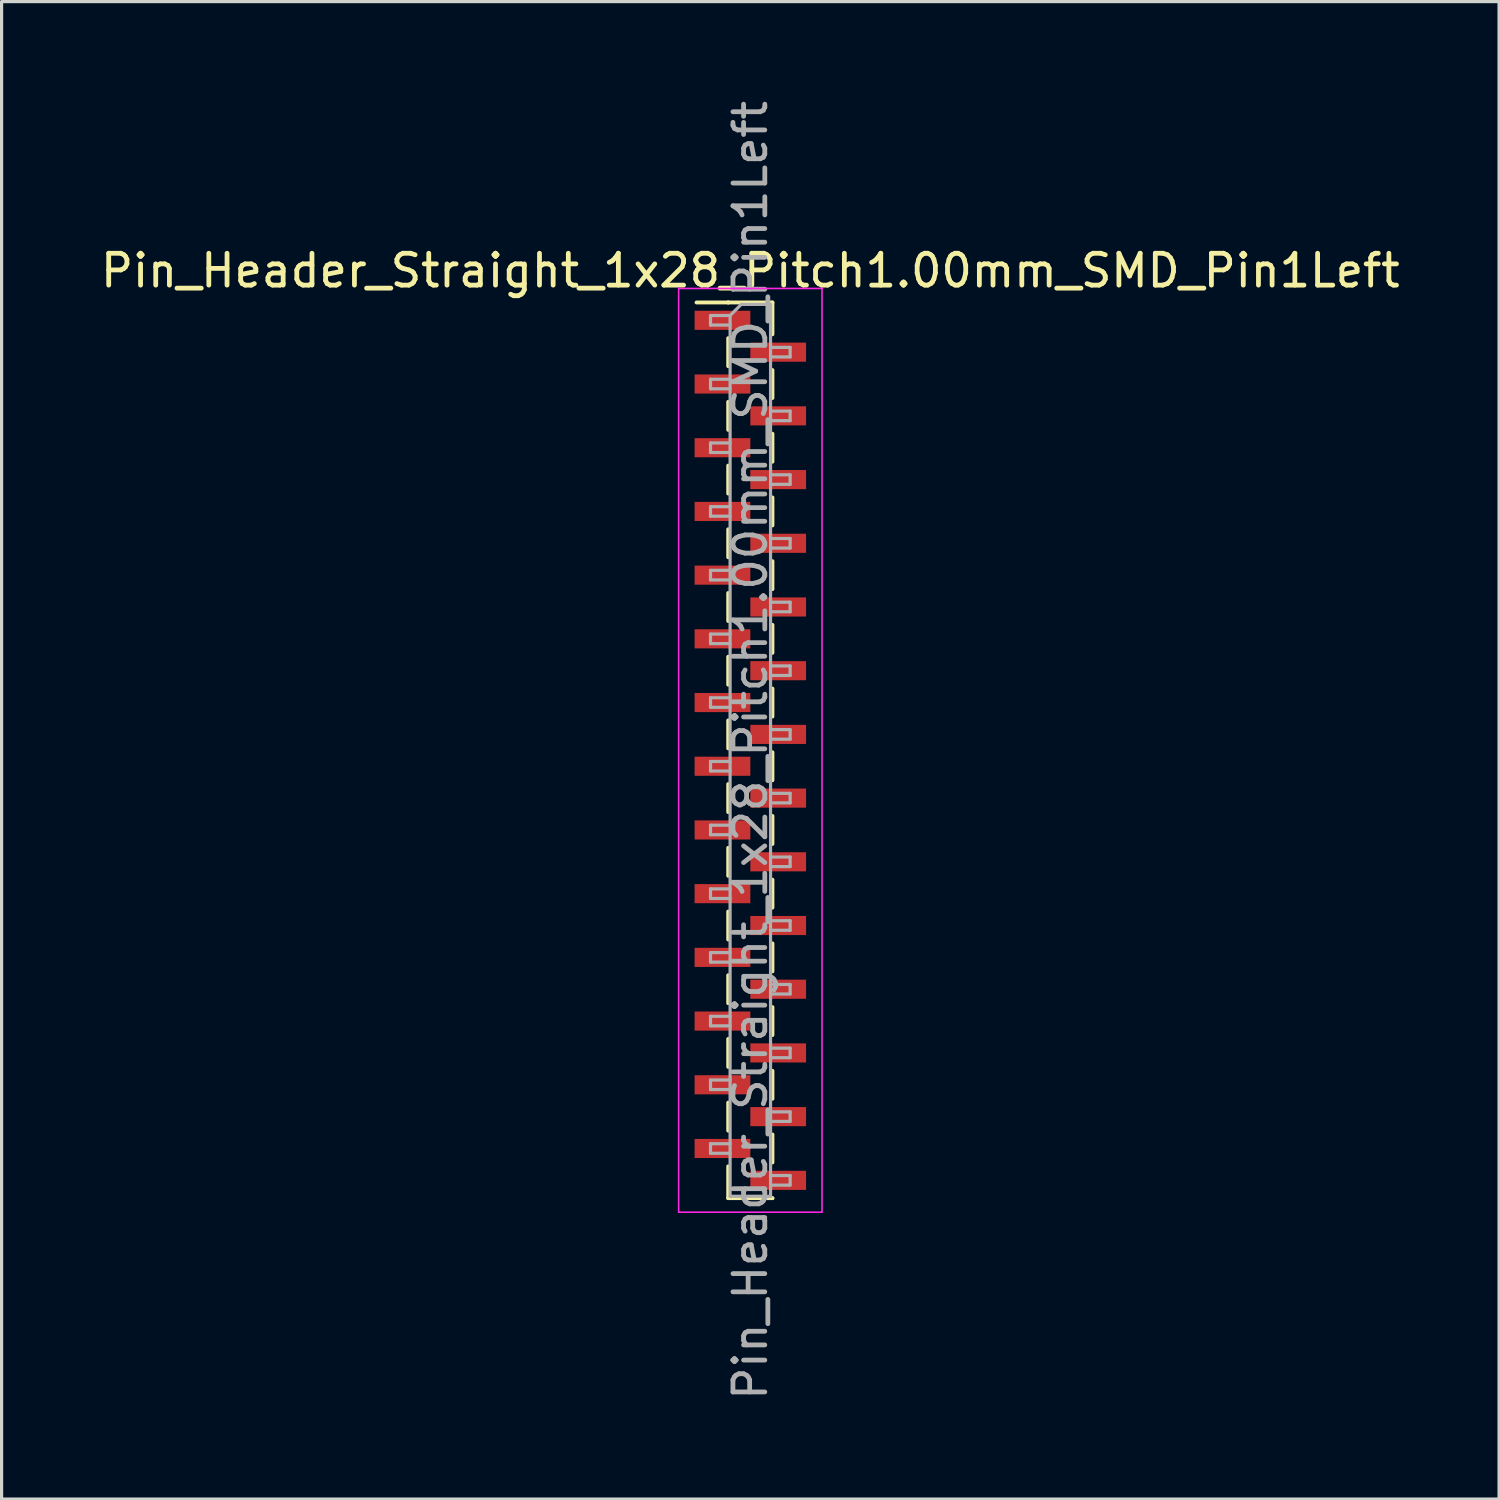
<source format=kicad_pcb>
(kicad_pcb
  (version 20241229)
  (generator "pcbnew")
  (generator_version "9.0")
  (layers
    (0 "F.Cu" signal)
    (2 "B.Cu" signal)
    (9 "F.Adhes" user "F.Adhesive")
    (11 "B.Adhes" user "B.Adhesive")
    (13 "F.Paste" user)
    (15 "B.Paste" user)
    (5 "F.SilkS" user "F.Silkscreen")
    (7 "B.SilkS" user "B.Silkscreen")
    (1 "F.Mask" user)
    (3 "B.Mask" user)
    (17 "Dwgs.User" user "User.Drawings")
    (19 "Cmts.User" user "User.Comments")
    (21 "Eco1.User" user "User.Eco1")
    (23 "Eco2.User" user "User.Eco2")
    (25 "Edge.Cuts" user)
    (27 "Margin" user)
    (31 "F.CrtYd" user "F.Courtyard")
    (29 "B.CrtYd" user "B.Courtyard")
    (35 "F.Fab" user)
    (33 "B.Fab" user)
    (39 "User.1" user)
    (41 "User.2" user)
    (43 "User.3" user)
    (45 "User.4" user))
  (footprint "Pin_Header_Straight_1x28_Pitch1.00mm_SMD_Pin1Left"
    (layer "F.Cu")
    (at 20.506 20.506)
    (property "Reference" "Pin_Header_Straight_1x28_Pitch1.00mm_SMD_Pin1Left" (at 0 -15.06 0) (layer "F.SilkS") (effects (font (size 1 1) (thickness 0.15))))
    (attr smd)
    (fp_line (start -0.695 -14.06) (end -1.69 -14.06) (stroke (width 0.12) (type solid)) (layer "F.SilkS"))
    (fp_line (start -0.695 -14.06) (end -0.695 -14.06) (stroke (width 0.12) (type solid)) (layer "F.SilkS"))
    (fp_line (start -0.695 -14.06) (end 0.695 -14.06) (stroke (width 0.12) (type solid)) (layer "F.SilkS"))
    (fp_line (start -0.695 -12.94) (end -0.695 -12.06) (stroke (width 0.12) (type solid)) (layer "F.SilkS"))
    (fp_line (start -0.695 -10.94) (end -0.695 -10.06) (stroke (width 0.12) (type solid)) (layer "F.SilkS"))
    (fp_line (start -0.695 -8.94) (end -0.695 -8.06) (stroke (width 0.12) (type solid)) (layer "F.SilkS"))
    (fp_line (start -0.695 -6.94) (end -0.695 -6.06) (stroke (width 0.12) (type solid)) (layer "F.SilkS"))
    (fp_line (start -0.695 -4.94) (end -0.695 -4.06) (stroke (width 0.12) (type solid)) (layer "F.SilkS"))
    (fp_line (start -0.695 -2.94) (end -0.695 -2.06) (stroke (width 0.12) (type solid)) (layer "F.SilkS"))
    (fp_line (start -0.695 -0.94) (end -0.695 -0.06) (stroke (width 0.12) (type solid)) (layer "F.SilkS"))
    (fp_line (start -0.695 1.06) (end -0.695 1.94) (stroke (width 0.12) (type solid)) (layer "F.SilkS"))
    (fp_line (start -0.695 3.06) (end -0.695 3.94) (stroke (width 0.12) (type solid)) (layer "F.SilkS"))
    (fp_line (start -0.695 5.06) (end -0.695 5.94) (stroke (width 0.12) (type solid)) (layer "F.SilkS"))
    (fp_line (start -0.695 7.06) (end -0.695 7.94) (stroke (width 0.12) (type solid)) (layer "F.SilkS"))
    (fp_line (start -0.695 9.06) (end -0.695 9.94) (stroke (width 0.12) (type solid)) (layer "F.SilkS"))
    (fp_line (start -0.695 11.06) (end -0.695 11.94) (stroke (width 0.12) (type solid)) (layer "F.SilkS"))
    (fp_line (start -0.695 13.06) (end -0.695 14.06) (stroke (width 0.12) (type solid)) (layer "F.SilkS"))
    (fp_line (start -0.695 14.06) (end 0.695 14.06) (stroke (width 0.12) (type solid)) (layer "F.SilkS"))
    (fp_line (start 0.695 -14.06) (end 0.695 -13.06) (stroke (width 0.12) (type solid)) (layer "F.SilkS"))
    (fp_line (start 0.695 -11.94) (end 0.695 -11.06) (stroke (width 0.12) (type solid)) (layer "F.SilkS"))
    (fp_line (start 0.695 -9.94) (end 0.695 -9.06) (stroke (width 0.12) (type solid)) (layer "F.SilkS"))
    (fp_line (start 0.695 -7.94) (end 0.695 -7.06) (stroke (width 0.12) (type solid)) (layer "F.SilkS"))
    (fp_line (start 0.695 -5.94) (end 0.695 -5.06) (stroke (width 0.12) (type solid)) (layer "F.SilkS"))
    (fp_line (start 0.695 -3.94) (end 0.695 -3.06) (stroke (width 0.12) (type solid)) (layer "F.SilkS"))
    (fp_line (start 0.695 -1.94) (end 0.695 -1.06) (stroke (width 0.12) (type solid)) (layer "F.SilkS"))
    (fp_line (start 0.695 0.06) (end 0.695 0.94) (stroke (width 0.12) (type solid)) (layer "F.SilkS"))
    (fp_line (start 0.695 2.06) (end 0.695 2.94) (stroke (width 0.12) (type solid)) (layer "F.SilkS"))
    (fp_line (start 0.695 4.06) (end 0.695 4.94) (stroke (width 0.12) (type solid)) (layer "F.SilkS"))
    (fp_line (start 0.695 6.06) (end 0.695 6.94) (stroke (width 0.12) (type solid)) (layer "F.SilkS"))
    (fp_line (start 0.695 8.06) (end 0.695 8.94) (stroke (width 0.12) (type solid)) (layer "F.SilkS"))
    (fp_line (start 0.695 10.06) (end 0.695 10.94) (stroke (width 0.12) (type solid)) (layer "F.SilkS"))
    (fp_line (start 0.695 12.06) (end 0.695 12.94) (stroke (width 0.12) (type solid)) (layer "F.SilkS"))
    (fp_line (start 0.695 14.06) (end 0.695 14.06) (stroke (width 0.12) (type solid)) (layer "F.SilkS"))
    (fp_line (start -2.25 -14.5) (end -2.25 14.5) (stroke (width 0.05) (type solid)) (layer "F.CrtYd"))
    (fp_line (start -2.25 14.5) (end 2.25 14.5) (stroke (width 0.05) (type solid)) (layer "F.CrtYd"))
    (fp_line (start 2.25 -14.5) (end -2.25 -14.5) (stroke (width 0.05) (type solid)) (layer "F.CrtYd"))
    (fp_line (start 2.25 14.5) (end 2.25 -14.5) (stroke (width 0.05) (type solid)) (layer "F.CrtYd"))
    (fp_line (start -1.25 -13.65) (end -1.25 -13.35) (stroke (width 0.1) (type solid)) (layer "F.Fab"))
    (fp_line (start -1.25 -13.35) (end -0.635 -13.35) (stroke (width 0.1) (type solid)) (layer "F.Fab"))
    (fp_line (start -1.25 -11.65) (end -1.25 -11.35) (stroke (width 0.1) (type solid)) (layer "F.Fab"))
    (fp_line (start -1.25 -11.35) (end -0.635 -11.35) (stroke (width 0.1) (type solid)) (layer "F.Fab"))
    (fp_line (start -1.25 -9.65) (end -1.25 -9.35) (stroke (width 0.1) (type solid)) (layer "F.Fab"))
    (fp_line (start -1.25 -9.35) (end -0.635 -9.35) (stroke (width 0.1) (type solid)) (layer "F.Fab"))
    (fp_line (start -1.25 -7.65) (end -1.25 -7.35) (stroke (width 0.1) (type solid)) (layer "F.Fab"))
    (fp_line (start -1.25 -7.35) (end -0.635 -7.35) (stroke (width 0.1) (type solid)) (layer "F.Fab"))
    (fp_line (start -1.25 -5.65) (end -1.25 -5.35) (stroke (width 0.1) (type solid)) (layer "F.Fab"))
    (fp_line (start -1.25 -5.35) (end -0.635 -5.35) (stroke (width 0.1) (type solid)) (layer "F.Fab"))
    (fp_line (start -1.25 -3.65) (end -1.25 -3.35) (stroke (width 0.1) (type solid)) (layer "F.Fab"))
    (fp_line (start -1.25 -3.35) (end -0.635 -3.35) (stroke (width 0.1) (type solid)) (layer "F.Fab"))
    (fp_line (start -1.25 -1.65) (end -1.25 -1.35) (stroke (width 0.1) (type solid)) (layer "F.Fab"))
    (fp_line (start -1.25 -1.35) (end -0.635 -1.35) (stroke (width 0.1) (type solid)) (layer "F.Fab"))
    (fp_line (start -1.25 0.35) (end -1.25 0.65) (stroke (width 0.1) (type solid)) (layer "F.Fab"))
    (fp_line (start -1.25 0.65) (end -0.635 0.65) (stroke (width 0.1) (type solid)) (layer "F.Fab"))
    (fp_line (start -1.25 2.35) (end -1.25 2.65) (stroke (width 0.1) (type solid)) (layer "F.Fab"))
    (fp_line (start -1.25 2.65) (end -0.635 2.65) (stroke (width 0.1) (type solid)) (layer "F.Fab"))
    (fp_line (start -1.25 4.35) (end -1.25 4.65) (stroke (width 0.1) (type solid)) (layer "F.Fab"))
    (fp_line (start -1.25 4.65) (end -0.635 4.65) (stroke (width 0.1) (type solid)) (layer "F.Fab"))
    (fp_line (start -1.25 6.35) (end -1.25 6.65) (stroke (width 0.1) (type solid)) (layer "F.Fab"))
    (fp_line (start -1.25 6.65) (end -0.635 6.65) (stroke (width 0.1) (type solid)) (layer "F.Fab"))
    (fp_line (start -1.25 8.35) (end -1.25 8.65) (stroke (width 0.1) (type solid)) (layer "F.Fab"))
    (fp_line (start -1.25 8.65) (end -0.635 8.65) (stroke (width 0.1) (type solid)) (layer "F.Fab"))
    (fp_line (start -1.25 10.35) (end -1.25 10.65) (stroke (width 0.1) (type solid)) (layer "F.Fab"))
    (fp_line (start -1.25 10.65) (end -0.635 10.65) (stroke (width 0.1) (type solid)) (layer "F.Fab"))
    (fp_line (start -1.25 12.35) (end -1.25 12.65) (stroke (width 0.1) (type solid)) (layer "F.Fab"))
    (fp_line (start -1.25 12.65) (end -0.635 12.65) (stroke (width 0.1) (type solid)) (layer "F.Fab"))
    (fp_line (start -0.635 -13.65) (end -1.25 -13.65) (stroke (width 0.1) (type solid)) (layer "F.Fab"))
    (fp_line (start -0.635 -13.65) (end -0.285 -14) (stroke (width 0.1) (type solid)) (layer "F.Fab"))
    (fp_line (start -0.635 -11.65) (end -1.25 -11.65) (stroke (width 0.1) (type solid)) (layer "F.Fab"))
    (fp_line (start -0.635 -9.65) (end -1.25 -9.65) (stroke (width 0.1) (type solid)) (layer "F.Fab"))
    (fp_line (start -0.635 -7.65) (end -1.25 -7.65) (stroke (width 0.1) (type solid)) (layer "F.Fab"))
    (fp_line (start -0.635 -5.65) (end -1.25 -5.65) (stroke (width 0.1) (type solid)) (layer "F.Fab"))
    (fp_line (start -0.635 -3.65) (end -1.25 -3.65) (stroke (width 0.1) (type solid)) (layer "F.Fab"))
    (fp_line (start -0.635 -1.65) (end -1.25 -1.65) (stroke (width 0.1) (type solid)) (layer "F.Fab"))
    (fp_line (start -0.635 0.35) (end -1.25 0.35) (stroke (width 0.1) (type solid)) (layer "F.Fab"))
    (fp_line (start -0.635 2.35) (end -1.25 2.35) (stroke (width 0.1) (type solid)) (layer "F.Fab"))
    (fp_line (start -0.635 4.35) (end -1.25 4.35) (stroke (width 0.1) (type solid)) (layer "F.Fab"))
    (fp_line (start -0.635 6.35) (end -1.25 6.35) (stroke (width 0.1) (type solid)) (layer "F.Fab"))
    (fp_line (start -0.635 8.35) (end -1.25 8.35) (stroke (width 0.1) (type solid)) (layer "F.Fab"))
    (fp_line (start -0.635 10.35) (end -1.25 10.35) (stroke (width 0.1) (type solid)) (layer "F.Fab"))
    (fp_line (start -0.635 12.35) (end -1.25 12.35) (stroke (width 0.1) (type solid)) (layer "F.Fab"))
    (fp_line (start -0.635 14) (end -0.635 -13.65) (stroke (width 0.1) (type solid)) (layer "F.Fab"))
    (fp_line (start -0.285 -14) (end 0.635 -14) (stroke (width 0.1) (type solid)) (layer "F.Fab"))
    (fp_line (start 0.635 -14) (end 0.635 14) (stroke (width 0.1) (type solid)) (layer "F.Fab"))
    (fp_line (start 0.635 -12.65) (end 1.25 -12.65) (stroke (width 0.1) (type solid)) (layer "F.Fab"))
    (fp_line (start 0.635 -10.65) (end 1.25 -10.65) (stroke (width 0.1) (type solid)) (layer "F.Fab"))
    (fp_line (start 0.635 -8.65) (end 1.25 -8.65) (stroke (width 0.1) (type solid)) (layer "F.Fab"))
    (fp_line (start 0.635 -6.65) (end 1.25 -6.65) (stroke (width 0.1) (type solid)) (layer "F.Fab"))
    (fp_line (start 0.635 -4.65) (end 1.25 -4.65) (stroke (width 0.1) (type solid)) (layer "F.Fab"))
    (fp_line (start 0.635 -2.65) (end 1.25 -2.65) (stroke (width 0.1) (type solid)) (layer "F.Fab"))
    (fp_line (start 0.635 -0.65) (end 1.25 -0.65) (stroke (width 0.1) (type solid)) (layer "F.Fab"))
    (fp_line (start 0.635 1.35) (end 1.25 1.35) (stroke (width 0.1) (type solid)) (layer "F.Fab"))
    (fp_line (start 0.635 3.35) (end 1.25 3.35) (stroke (width 0.1) (type solid)) (layer "F.Fab"))
    (fp_line (start 0.635 5.35) (end 1.25 5.35) (stroke (width 0.1) (type solid)) (layer "F.Fab"))
    (fp_line (start 0.635 7.35) (end 1.25 7.35) (stroke (width 0.1) (type solid)) (layer "F.Fab"))
    (fp_line (start 0.635 9.35) (end 1.25 9.35) (stroke (width 0.1) (type solid)) (layer "F.Fab"))
    (fp_line (start 0.635 11.35) (end 1.25 11.35) (stroke (width 0.1) (type solid)) (layer "F.Fab"))
    (fp_line (start 0.635 13.35) (end 1.25 13.35) (stroke (width 0.1) (type solid)) (layer "F.Fab"))
    (fp_line (start 0.635 14) (end -0.635 14) (stroke (width 0.1) (type solid)) (layer "F.Fab"))
    (fp_line (start 1.25 -12.65) (end 1.25 -12.35) (stroke (width 0.1) (type solid)) (layer "F.Fab"))
    (fp_line (start 1.25 -12.35) (end 0.635 -12.35) (stroke (width 0.1) (type solid)) (layer "F.Fab"))
    (fp_line (start 1.25 -10.65) (end 1.25 -10.35) (stroke (width 0.1) (type solid)) (layer "F.Fab"))
    (fp_line (start 1.25 -10.35) (end 0.635 -10.35) (stroke (width 0.1) (type solid)) (layer "F.Fab"))
    (fp_line (start 1.25 -8.65) (end 1.25 -8.35) (stroke (width 0.1) (type solid)) (layer "F.Fab"))
    (fp_line (start 1.25 -8.35) (end 0.635 -8.35) (stroke (width 0.1) (type solid)) (layer "F.Fab"))
    (fp_line (start 1.25 -6.65) (end 1.25 -6.35) (stroke (width 0.1) (type solid)) (layer "F.Fab"))
    (fp_line (start 1.25 -6.35) (end 0.635 -6.35) (stroke (width 0.1) (type solid)) (layer "F.Fab"))
    (fp_line (start 1.25 -4.65) (end 1.25 -4.35) (stroke (width 0.1) (type solid)) (layer "F.Fab"))
    (fp_line (start 1.25 -4.35) (end 0.635 -4.35) (stroke (width 0.1) (type solid)) (layer "F.Fab"))
    (fp_line (start 1.25 -2.65) (end 1.25 -2.35) (stroke (width 0.1) (type solid)) (layer "F.Fab"))
    (fp_line (start 1.25 -2.35) (end 0.635 -2.35) (stroke (width 0.1) (type solid)) (layer "F.Fab"))
    (fp_line (start 1.25 -0.65) (end 1.25 -0.35) (stroke (width 0.1) (type solid)) (layer "F.Fab"))
    (fp_line (start 1.25 -0.35) (end 0.635 -0.35) (stroke (width 0.1) (type solid)) (layer "F.Fab"))
    (fp_line (start 1.25 1.35) (end 1.25 1.65) (stroke (width 0.1) (type solid)) (layer "F.Fab"))
    (fp_line (start 1.25 1.65) (end 0.635 1.65) (stroke (width 0.1) (type solid)) (layer "F.Fab"))
    (fp_line (start 1.25 3.35) (end 1.25 3.65) (stroke (width 0.1) (type solid)) (layer "F.Fab"))
    (fp_line (start 1.25 3.65) (end 0.635 3.65) (stroke (width 0.1) (type solid)) (layer "F.Fab"))
    (fp_line (start 1.25 5.35) (end 1.25 5.65) (stroke (width 0.1) (type solid)) (layer "F.Fab"))
    (fp_line (start 1.25 5.65) (end 0.635 5.65) (stroke (width 0.1) (type solid)) (layer "F.Fab"))
    (fp_line (start 1.25 7.35) (end 1.25 7.65) (stroke (width 0.1) (type solid)) (layer "F.Fab"))
    (fp_line (start 1.25 7.65) (end 0.635 7.65) (stroke (width 0.1) (type solid)) (layer "F.Fab"))
    (fp_line (start 1.25 9.35) (end 1.25 9.65) (stroke (width 0.1) (type solid)) (layer "F.Fab"))
    (fp_line (start 1.25 9.65) (end 0.635 9.65) (stroke (width 0.1) (type solid)) (layer "F.Fab"))
    (fp_line (start 1.25 11.35) (end 1.25 11.65) (stroke (width 0.1) (type solid)) (layer "F.Fab"))
    (fp_line (start 1.25 11.65) (end 0.635 11.65) (stroke (width 0.1) (type solid)) (layer "F.Fab"))
    (fp_line (start 1.25 13.35) (end 1.25 13.65) (stroke (width 0.1) (type solid)) (layer "F.Fab"))
    (fp_line (start 1.25 13.65) (end 0.635 13.65) (stroke (width 0.1) (type solid)) (layer "F.Fab"))
    (fp_text user "${REFERENCE}" (at 0 0 90) (layer "F.Fab") (effects (font (size 1 1) (thickness 0.15))))
    (pad "1" smd rect (at -0.875 -13.5) (size 1.75 0.6) (layers "F.Cu" "F.Mask" "F.Paste"))
    (pad "2" smd rect (at 0.875 -12.5) (size 1.75 0.6) (layers "F.Cu" "F.Mask" "F.Paste"))
    (pad "3" smd rect (at -0.875 -11.5) (size 1.75 0.6) (layers "F.Cu" "F.Mask" "F.Paste"))
    (pad "4" smd rect (at 0.875 -10.5) (size 1.75 0.6) (layers "F.Cu" "F.Mask" "F.Paste"))
    (pad "5" smd rect (at -0.875 -9.5) (size 1.75 0.6) (layers "F.Cu" "F.Mask" "F.Paste"))
    (pad "6" smd rect (at 0.875 -8.5) (size 1.75 0.6) (layers "F.Cu" "F.Mask" "F.Paste"))
    (pad "7" smd rect (at -0.875 -7.5) (size 1.75 0.6) (layers "F.Cu" "F.Mask" "F.Paste"))
    (pad "8" smd rect (at 0.875 -6.5) (size 1.75 0.6) (layers "F.Cu" "F.Mask" "F.Paste"))
    (pad "9" smd rect (at -0.875 -5.5) (size 1.75 0.6) (layers "F.Cu" "F.Mask" "F.Paste"))
    (pad "10" smd rect (at 0.875 -4.5) (size 1.75 0.6) (layers "F.Cu" "F.Mask" "F.Paste"))
    (pad "11" smd rect (at -0.875 -3.5) (size 1.75 0.6) (layers "F.Cu" "F.Mask" "F.Paste"))
    (pad "12" smd rect (at 0.875 -2.5) (size 1.75 0.6) (layers "F.Cu" "F.Mask" "F.Paste"))
    (pad "13" smd rect (at -0.875 -1.5) (size 1.75 0.6) (layers "F.Cu" "F.Mask" "F.Paste"))
    (pad "14" smd rect (at 0.875 -0.5) (size 1.75 0.6) (layers "F.Cu" "F.Mask" "F.Paste"))
    (pad "15" smd rect (at -0.875 0.5) (size 1.75 0.6) (layers "F.Cu" "F.Mask" "F.Paste"))
    (pad "16" smd rect (at 0.875 1.5) (size 1.75 0.6) (layers "F.Cu" "F.Mask" "F.Paste"))
    (pad "17" smd rect (at -0.875 2.5) (size 1.75 0.6) (layers "F.Cu" "F.Mask" "F.Paste"))
    (pad "18" smd rect (at 0.875 3.5) (size 1.75 0.6) (layers "F.Cu" "F.Mask" "F.Paste"))
    (pad "19" smd rect (at -0.875 4.5) (size 1.75 0.6) (layers "F.Cu" "F.Mask" "F.Paste"))
    (pad "20" smd rect (at 0.875 5.5) (size 1.75 0.6) (layers "F.Cu" "F.Mask" "F.Paste"))
    (pad "21" smd rect (at -0.875 6.5) (size 1.75 0.6) (layers "F.Cu" "F.Mask" "F.Paste"))
    (pad "22" smd rect (at 0.875 7.5) (size 1.75 0.6) (layers "F.Cu" "F.Mask" "F.Paste"))
    (pad "23" smd rect (at -0.875 8.5) (size 1.75 0.6) (layers "F.Cu" "F.Mask" "F.Paste"))
    (pad "24" smd rect (at 0.875 9.5) (size 1.75 0.6) (layers "F.Cu" "F.Mask" "F.Paste"))
    (pad "25" smd rect (at -0.875 10.5) (size 1.75 0.6) (layers "F.Cu" "F.Mask" "F.Paste"))
    (pad "26" smd rect (at 0.875 11.5) (size 1.75 0.6) (layers "F.Cu" "F.Mask" "F.Paste"))
    (pad "27" smd rect (at -0.875 12.5) (size 1.75 0.6) (layers "F.Cu" "F.Mask" "F.Paste"))
    (pad "28" smd rect (at 0.875 13.5) (size 1.75 0.6) (layers "F.Cu" "F.Mask" "F.Paste")))
  (gr_rect
    (start -3 -3)
    (end 44.012 44.012)
    (stroke (width 0.1) (type default))
    (fill no)
    (layer "Edge.Cuts")))
</source>
